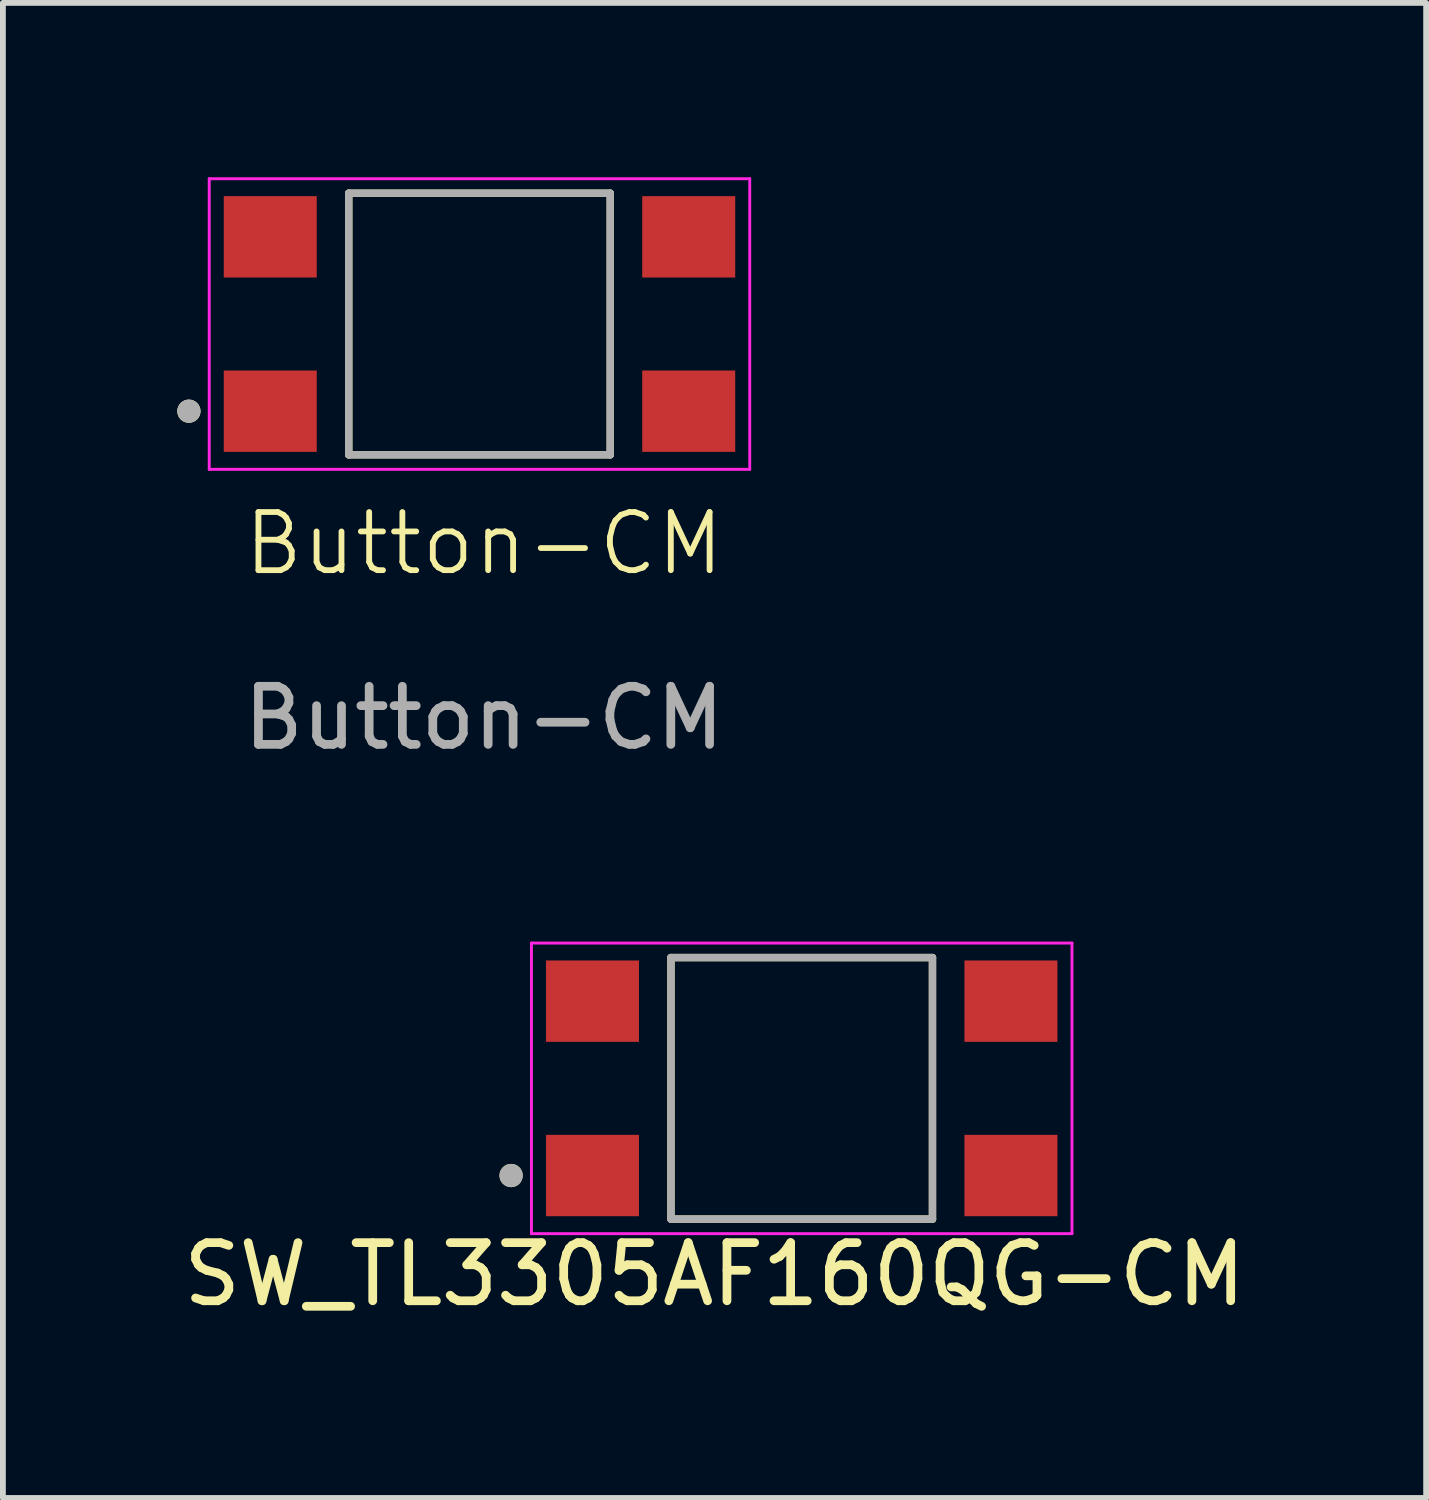
<source format=kicad_pcb>
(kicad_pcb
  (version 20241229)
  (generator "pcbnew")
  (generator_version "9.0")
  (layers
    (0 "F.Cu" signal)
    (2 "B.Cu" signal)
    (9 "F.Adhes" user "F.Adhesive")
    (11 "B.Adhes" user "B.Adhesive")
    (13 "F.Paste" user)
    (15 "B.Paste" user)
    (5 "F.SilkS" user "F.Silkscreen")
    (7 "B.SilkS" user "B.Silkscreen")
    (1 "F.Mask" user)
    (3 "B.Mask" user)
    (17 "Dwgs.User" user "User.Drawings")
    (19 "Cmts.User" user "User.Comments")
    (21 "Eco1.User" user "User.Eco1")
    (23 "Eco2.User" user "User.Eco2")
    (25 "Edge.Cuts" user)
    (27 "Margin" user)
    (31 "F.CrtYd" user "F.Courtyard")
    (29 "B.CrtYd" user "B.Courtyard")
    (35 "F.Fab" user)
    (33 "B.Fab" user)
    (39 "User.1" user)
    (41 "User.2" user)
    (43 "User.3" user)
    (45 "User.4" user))
  (footprint "SW_TL3305AF160QG-CM"
    (layer "F.Cu")
    (at 10.744 15.676)
    (property "Reference" "SW_TL3305AF160QG-CM" (at -1.5 3.2 0) (layer "F.SilkS") (effects (font (size 1 1) (thickness 0.15))))
    (attr smd)
    (fp_line (start -2.25 -2.25) (end 2.25 -2.25) (stroke (width 0.127) (type solid)) (layer "F.SilkS"))
    (fp_line (start -2.25 2.25) (end -2.25 -2.25) (stroke (width 0.127) (type solid)) (layer "F.SilkS"))
    (fp_line (start 2.25 -2.25) (end 2.25 2.25) (stroke (width 0.127) (type solid)) (layer "F.SilkS"))
    (fp_line (start 2.25 2.25) (end -2.25 2.25) (stroke (width 0.127) (type solid)) (layer "F.SilkS"))
    (fp_circle (center -5 1.5) (end -4.9 1.5) (stroke (width 0.2) (type solid)) (fill no) (layer "F.SilkS"))
    (fp_line (start -4.65 -2.5) (end -4.65 2.5) (stroke (width 0.05) (type solid)) (layer "F.CrtYd"))
    (fp_line (start -4.65 2.5) (end 4.65 2.5) (stroke (width 0.05) (type solid)) (layer "F.CrtYd"))
    (fp_line (start 4.65 -2.5) (end -4.65 -2.5) (stroke (width 0.05) (type solid)) (layer "F.CrtYd"))
    (fp_line (start 4.65 2.5) (end 4.65 -2.5) (stroke (width 0.05) (type solid)) (layer "F.CrtYd"))
    (fp_line (start -2.25 -2.25) (end 2.25 -2.25) (stroke (width 0.127) (type solid)) (layer "F.Fab"))
    (fp_line (start -2.25 2.25) (end -2.25 -2.25) (stroke (width 0.127) (type solid)) (layer "F.Fab"))
    (fp_line (start 2.25 -2.25) (end 2.25 2.25) (stroke (width 0.127) (type solid)) (layer "F.Fab"))
    (fp_line (start 2.25 2.25) (end -2.25 2.25) (stroke (width 0.127) (type solid)) (layer "F.Fab"))
    (fp_circle (center -5 1.5) (end -4.9 1.5) (stroke (width 0.2) (type solid)) (fill no) (layer "F.Fab"))
    (pad "1" smd rect (at -3.6 1.5) (size 1.6 1.4) (layers "F.Cu" "F.Mask" "F.Paste"))
    (pad "2" smd rect (at 3.6 1.5) (size 1.6 1.4) (layers "F.Cu" "F.Mask" "F.Paste"))
    (pad "3" smd rect (at -3.6 -1.5) (size 1.6 1.4) (layers "F.Cu" "F.Mask" "F.Paste"))
    (pad "4" smd rect (at 3.6 -1.5) (size 1.6 1.4) (layers "F.Cu" "F.Mask" "F.Paste")))
  (footprint "Button-CM"
    (layer "F.Cu")
    (at 5.278 6.803)
    (property "Reference" "Button-CM" (at 0 -0.5 0) (unlocked yes) (layer "F.SilkS") (effects (font (size 1 1) (thickness 0.1))))
    (attr smd)
    (fp_line (start -2.328 -6.528) (end 2.172 -6.528) (stroke (width 0.127) (type solid)) (layer "F.SilkS"))
    (fp_line (start -2.328 -2.028) (end -2.328 -6.528) (stroke (width 0.127) (type solid)) (layer "F.SilkS"))
    (fp_line (start 2.172 -6.528) (end 2.172 -2.028) (stroke (width 0.127) (type solid)) (layer "F.SilkS"))
    (fp_line (start 2.172 -2.028) (end -2.328 -2.028) (stroke (width 0.127) (type solid)) (layer "F.SilkS"))
    (fp_circle (center -5.078 -2.778) (end -4.978 -2.778) (stroke (width 0.2) (type solid)) (fill no) (layer "F.SilkS"))
    (fp_line (start -4.728 -6.778) (end -4.728 -1.778) (stroke (width 0.05) (type solid)) (layer "F.CrtYd"))
    (fp_line (start -4.728 -1.778) (end 4.572 -1.778) (stroke (width 0.05) (type solid)) (layer "F.CrtYd"))
    (fp_line (start 4.572 -6.778) (end -4.728 -6.778) (stroke (width 0.05) (type solid)) (layer "F.CrtYd"))
    (fp_line (start 4.572 -1.778) (end 4.572 -6.778) (stroke (width 0.05) (type solid)) (layer "F.CrtYd"))
    (fp_line (start -2.328 -6.528) (end 2.172 -6.528) (stroke (width 0.127) (type solid)) (layer "F.Fab"))
    (fp_line (start -2.328 -2.028) (end -2.328 -6.528) (stroke (width 0.127) (type solid)) (layer "F.Fab"))
    (fp_line (start 2.172 -6.528) (end 2.172 -2.028) (stroke (width 0.127) (type solid)) (layer "F.Fab"))
    (fp_line (start 2.172 -2.028) (end -2.328 -2.028) (stroke (width 0.127) (type solid)) (layer "F.Fab"))
    (fp_circle (center -5.078 -2.778) (end -4.978 -2.778) (stroke (width 0.2) (type solid)) (fill no) (layer "F.Fab"))
    (fp_text user "${REFERENCE}" (at 0 2.5 0) (unlocked yes) (layer "F.Fab") (effects (font (size 1 1) (thickness 0.15))))
    (pad "1" smd rect (at -3.678 -2.778) (size 1.6 1.4) (layers "F.Cu" "F.Mask" "F.Paste"))
    (pad "2" smd rect (at 3.522 -2.778) (size 1.6 1.4) (layers "F.Cu" "F.Mask" "F.Paste"))
    (pad "3" smd rect (at -3.678 -5.778) (size 1.6 1.4) (layers "F.Cu" "F.Mask" "F.Paste"))
    (pad "4" smd rect (at 3.522 -5.778) (size 1.6 1.4) (layers "F.Cu" "F.Mask" "F.Paste")))
  (gr_rect
    (start -3 -3)
    (end 21.488 22.724)
    (stroke (width 0.1) (type default))
    (fill no)
    (layer "Edge.Cuts")))
</source>
